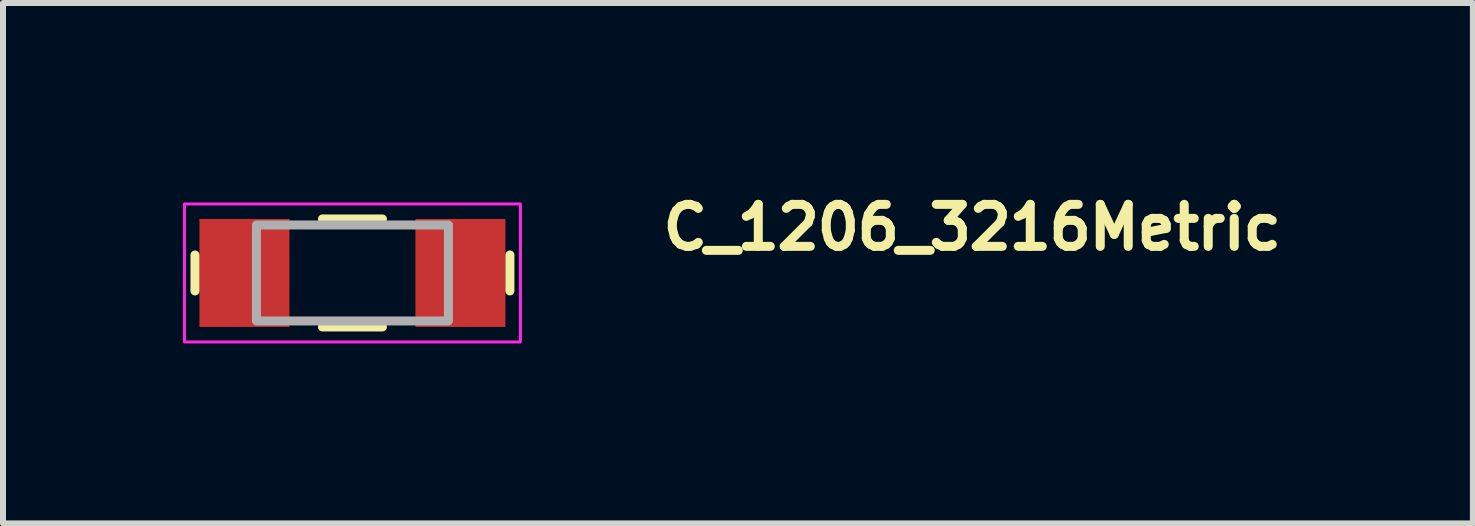
<source format=kicad_pcb>
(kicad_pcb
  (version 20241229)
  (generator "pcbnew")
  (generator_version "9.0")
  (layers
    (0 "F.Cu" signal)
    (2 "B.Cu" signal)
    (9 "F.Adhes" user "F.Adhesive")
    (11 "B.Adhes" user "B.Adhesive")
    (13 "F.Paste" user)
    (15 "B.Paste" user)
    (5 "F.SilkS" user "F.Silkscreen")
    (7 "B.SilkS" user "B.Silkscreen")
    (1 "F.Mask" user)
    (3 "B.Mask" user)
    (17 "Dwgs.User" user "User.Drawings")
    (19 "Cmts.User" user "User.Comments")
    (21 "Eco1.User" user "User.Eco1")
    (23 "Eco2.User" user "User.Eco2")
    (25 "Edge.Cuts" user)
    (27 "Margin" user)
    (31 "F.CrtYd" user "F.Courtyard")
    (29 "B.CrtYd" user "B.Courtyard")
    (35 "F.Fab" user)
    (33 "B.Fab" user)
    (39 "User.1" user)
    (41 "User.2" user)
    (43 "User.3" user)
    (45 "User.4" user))
  (footprint "C_1206_3216Metric"
    (layer "F.Cu")
    (at 2.825 1.5)
    (property "Reference" "C_1206_3216Metric" (at 5.1 -0.35 180) (layer "F.SilkS") (effects (font (size 0.7 0.7) (thickness 0.15)) (justify left bottom)))
    (attr smd)
    (fp_line (start -2.625 0.3) (end -2.625 -0.3) (stroke (width 0.15) (type solid)) (layer "F.SilkS"))
    (fp_line (start -0.5 -0.9) (end 0.5 -0.9) (stroke (width 0.15) (type solid)) (layer "F.SilkS"))
    (fp_line (start -0.5 0.9) (end 0.5 0.9) (stroke (width 0.15) (type solid)) (layer "F.SilkS"))
    (fp_line (start 2.625 0.3) (end 2.625 -0.3) (stroke (width 0.15) (type solid)) (layer "F.SilkS"))
    (fp_rect (start 2.8 1.15) (end -2.8 -1.15) (stroke (width 0.05) (type solid)) (fill no) (layer "F.CrtYd"))
    (fp_rect (start 1.6 0.8) (end -1.6 -0.8) (stroke (width 0.15) (type solid)) (fill no) (layer "F.Fab"))
    (fp_rect (start 1.6 0.8) (end -1.6 -0.8) (stroke (width 0.1) (type solid)) (fill no) (layer "User.5"))
    (fp_line (start -1.601 -0.779) (end -1.601 -0.777) (stroke (width 0.02) (type solid)) (layer "User.9"))
    (fp_line (start -1.601 -0.779) (end -1.599 -0.78) (stroke (width 0.02) (type solid)) (layer "User.9"))
    (fp_line (start -1.601 -0.777) (end -1.601 -0.779) (stroke (width 0.02) (type solid)) (layer "User.9"))
    (fp_line (start -1.601 -0.777) (end -1.601 -0.776) (stroke (width 0.02) (type solid)) (layer "User.9"))
    (fp_line (start -1.601 -0.776) (end -1.601 -0.777) (stroke (width 0.02) (type solid)) (layer "User.9"))
    (fp_line (start -1.601 -0.776) (end -1.601 -0.774) (stroke (width 0.02) (type solid)) (layer "User.9"))
    (fp_line (start -1.601 -0.774) (end -1.601 -0.776) (stroke (width 0.02) (type solid)) (layer "User.9"))
    (fp_line (start -1.601 -0.774) (end -1.601 -0.773) (stroke (width 0.02) (type solid)) (layer "User.9"))
    (fp_line (start -1.601 -0.773) (end -1.601 -0.774) (stroke (width 0.02) (type solid)) (layer "User.9"))
    (fp_line (start -1.601 -0.773) (end -1.601 -0.772) (stroke (width 0.02) (type solid)) (layer "User.9"))
    (fp_line (start -1.601 -0.772) (end -1.601 -0.773) (stroke (width 0.02) (type solid)) (layer "User.9"))
    (fp_line (start -1.601 -0.772) (end -1.601 0.77) (stroke (width 0.02) (type solid)) (layer "User.9"))
    (fp_line (start -1.601 0.77) (end -1.601 0.771) (stroke (width 0.02) (type solid)) (layer "User.9"))
    (fp_line (start -1.601 0.771) (end -1.601 0.77) (stroke (width 0.02) (type solid)) (layer "User.9"))
    (fp_line (start -1.601 0.771) (end -1.601 0.772) (stroke (width 0.02) (type solid)) (layer "User.9"))
    (fp_line (start -1.601 0.772) (end -1.601 0.771) (stroke (width 0.02) (type solid)) (layer "User.9"))
    (fp_line (start -1.601 0.772) (end -1.601 0.774) (stroke (width 0.02) (type solid)) (layer "User.9"))
    (fp_line (start -1.601 0.774) (end -1.601 0.772) (stroke (width 0.02) (type solid)) (layer "User.9"))
    (fp_line (start -1.601 0.774) (end -1.601 0.775) (stroke (width 0.02) (type solid)) (layer "User.9"))
    (fp_line (start -1.601 0.775) (end -1.601 0.774) (stroke (width 0.02) (type solid)) (layer "User.9"))
    (fp_line (start -1.601 0.775) (end -1.601 0.777) (stroke (width 0.02) (type solid)) (layer "User.9"))
    (fp_line (start -1.601 0.777) (end -1.601 0.775) (stroke (width 0.02) (type solid)) (layer "User.9"))
    (fp_line (start -1.601 0.777) (end -1.599 0.778) (stroke (width 0.02) (type solid)) (layer "User.9"))
    (fp_line (start -1.599 -0.784) (end -1.599 -0.783) (stroke (width 0.02) (type solid)) (layer "User.9"))
    (fp_line (start -1.599 -0.784) (end -1.597 -0.786) (stroke (width 0.02) (type solid)) (layer "User.9"))
    (fp_line (start -1.599 -0.783) (end -1.599 -0.784) (stroke (width 0.02) (type solid)) (layer "User.9"))
    (fp_line (start -1.599 -0.783) (end -1.599 -0.782) (stroke (width 0.02) (type solid)) (layer "User.9"))
    (fp_line (start -1.599 -0.782) (end -1.599 -0.783) (stroke (width 0.02) (type solid)) (layer "User.9"))
    (fp_line (start -1.599 -0.782) (end -1.599 -0.78) (stroke (width 0.02) (type solid)) (layer "User.9"))
    (fp_line (start -1.599 -0.78) (end -1.601 -0.779) (stroke (width 0.02) (type solid)) (layer "User.9"))
    (fp_line (start -1.599 -0.78) (end -1.599 -0.782) (stroke (width 0.02) (type solid)) (layer "User.9"))
    (fp_line (start -1.599 0.778) (end -1.601 0.777) (stroke (width 0.02) (type solid)) (layer "User.9"))
    (fp_line (start -1.599 0.778) (end -1.599 0.78) (stroke (width 0.02) (type solid)) (layer "User.9"))
    (fp_line (start -1.599 0.78) (end -1.599 0.778) (stroke (width 0.02) (type solid)) (layer "User.9"))
    (fp_line (start -1.599 0.78) (end -1.599 0.781) (stroke (width 0.02) (type solid)) (layer "User.9"))
    (fp_line (start -1.599 0.781) (end -1.599 0.78) (stroke (width 0.02) (type solid)) (layer "User.9"))
    (fp_line (start -1.599 0.781) (end -1.599 0.782) (stroke (width 0.02) (type solid)) (layer "User.9"))
    (fp_line (start -1.599 0.782) (end -1.599 0.781) (stroke (width 0.02) (type solid)) (layer "User.9"))
    (fp_line (start -1.599 0.782) (end -1.597 0.784) (stroke (width 0.02) (type solid)) (layer "User.9"))
    (fp_line (start -1.597 -0.787) (end -1.597 -0.786) (stroke (width 0.02) (type solid)) (layer "User.9"))
    (fp_line (start -1.597 -0.787) (end -1.595 -0.788) (stroke (width 0.02) (type solid)) (layer "User.9"))
    (fp_line (start -1.597 -0.786) (end -1.599 -0.784) (stroke (width 0.02) (type solid)) (layer "User.9"))
    (fp_line (start -1.597 -0.786) (end -1.597 -0.787) (stroke (width 0.02) (type solid)) (layer "User.9"))
    (fp_line (start -1.597 0.784) (end -1.599 0.782) (stroke (width 0.02) (type solid)) (layer "User.9"))
    (fp_line (start -1.597 0.784) (end -1.597 0.785) (stroke (width 0.02) (type solid)) (layer "User.9"))
    (fp_line (start -1.597 0.785) (end -1.597 0.784) (stroke (width 0.02) (type solid)) (layer "User.9"))
    (fp_line (start -1.597 0.785) (end -1.595 0.786) (stroke (width 0.02) (type solid)) (layer "User.9"))
    (fp_line (start -1.595 -0.791) (end -1.595 -0.789) (stroke (width 0.02) (type solid)) (layer "User.9"))
    (fp_line (start -1.595 -0.791) (end -1.593 -0.792) (stroke (width 0.02) (type solid)) (layer "User.9"))
    (fp_line (start -1.595 -0.789) (end -1.595 -0.791) (stroke (width 0.02) (type solid)) (layer "User.9"))
    (fp_line (start -1.595 -0.789) (end -1.595 -0.788) (stroke (width 0.02) (type solid)) (layer "User.9"))
    (fp_line (start -1.595 -0.788) (end -1.597 -0.787) (stroke (width 0.02) (type solid)) (layer "User.9"))
    (fp_line (start -1.595 -0.788) (end -1.595 -0.789) (stroke (width 0.02) (type solid)) (layer "User.9"))
    (fp_line (start -1.595 0.786) (end -1.597 0.785) (stroke (width 0.02) (type solid)) (layer "User.9"))
    (fp_line (start -1.595 0.786) (end -1.595 0.787) (stroke (width 0.02) (type solid)) (layer "User.9"))
    (fp_line (start -1.595 0.787) (end -1.595 0.786) (stroke (width 0.02) (type solid)) (layer "User.9"))
    (fp_line (start -1.595 0.787) (end -1.595 0.789) (stroke (width 0.02) (type solid)) (layer "User.9"))
    (fp_line (start -1.595 0.789) (end -1.595 0.787) (stroke (width 0.02) (type solid)) (layer "User.9"))
    (fp_line (start -1.595 0.789) (end -1.593 0.79) (stroke (width 0.02) (type solid)) (layer "User.9"))
    (fp_line (start -1.593 -0.793) (end -1.593 -0.793) (stroke (width 0.02) (type solid)) (layer "User.9"))
    (fp_line (start -1.593 -0.793) (end -1.593 -0.793) (stroke (width 0.02) (type solid)) (layer "User.9"))
    (fp_line (start -1.593 -0.793) (end -1.593 -0.792) (stroke (width 0.02) (type solid)) (layer "User.9"))
    (fp_line (start -1.593 -0.793) (end -1.591 -0.794) (stroke (width 0.02) (type solid)) (layer "User.9"))
    (fp_line (start -1.593 -0.792) (end -1.595 -0.791) (stroke (width 0.02) (type solid)) (layer "User.9"))
    (fp_line (start -1.593 -0.792) (end -1.593 -0.793) (stroke (width 0.02) (type solid)) (layer "User.9"))
    (fp_line (start -1.593 0.79) (end -1.595 0.789) (stroke (width 0.02) (type solid)) (layer "User.9"))
    (fp_line (start -1.593 0.79) (end -1.593 0.791) (stroke (width 0.02) (type solid)) (layer "User.9"))
    (fp_line (start -1.593 0.791) (end -1.593 0.79) (stroke (width 0.02) (type solid)) (layer "User.9"))
    (fp_line (start -1.593 0.791) (end -1.593 0.791) (stroke (width 0.02) (type solid)) (layer "User.9"))
    (fp_line (start -1.593 0.791) (end -1.593 0.791) (stroke (width 0.02) (type solid)) (layer "User.9"))
    (fp_line (start -1.593 0.791) (end -1.591 0.792) (stroke (width 0.02) (type solid)) (layer "User.9"))
    (fp_line (start -1.591 -0.795) (end -1.591 -0.794) (stroke (width 0.02) (type solid)) (layer "User.9"))
    (fp_line (start -1.591 -0.795) (end -1.589 -0.796) (stroke (width 0.02) (type solid)) (layer "User.9"))
    (fp_line (start -1.591 -0.794) (end -1.593 -0.793) (stroke (width 0.02) (type solid)) (layer "User.9"))
    (fp_line (start -1.591 -0.794) (end -1.591 -0.795) (stroke (width 0.02) (type solid)) (layer "User.9"))
    (fp_line (start -1.591 0.792) (end -1.593 0.791) (stroke (width 0.02) (type solid)) (layer "User.9"))
    (fp_line (start -1.591 0.792) (end -1.591 0.793) (stroke (width 0.02) (type solid)) (layer "User.9"))
    (fp_line (start -1.591 0.793) (end -1.591 0.792) (stroke (width 0.02) (type solid)) (layer "User.9"))
    (fp_line (start -1.591 0.793) (end -1.589 0.794) (stroke (width 0.02) (type solid)) (layer "User.9"))
    (fp_line (start -1.589 -0.796) (end -1.591 -0.795) (stroke (width 0.02) (type solid)) (layer "User.9"))
    (fp_line (start -1.589 -0.796) (end -1.587 -0.796) (stroke (width 0.02) (type solid)) (layer "User.9"))
    (fp_line (start -1.589 0.794) (end -1.591 0.793) (stroke (width 0.02) (type solid)) (layer "User.9"))
    (fp_line (start -1.589 0.794) (end -1.587 0.794) (stroke (width 0.02) (type solid)) (layer "User.9"))
    (fp_line (start -1.587 -0.797) (end -1.587 -0.796) (stroke (width 0.02) (type solid)) (layer "User.9"))
    (fp_line (start -1.587 -0.797) (end -1.585 -0.798) (stroke (width 0.02) (type solid)) (layer "User.9"))
    (fp_line (start -1.587 -0.796) (end -1.589 -0.796) (stroke (width 0.02) (type solid)) (layer "User.9"))
    (fp_line (start -1.587 -0.796) (end -1.587 -0.797) (stroke (width 0.02) (type solid)) (layer "User.9"))
    (fp_line (start -1.587 0.794) (end -1.589 0.794) (stroke (width 0.02) (type solid)) (layer "User.9"))
    (fp_line (start -1.587 0.794) (end -1.587 0.795) (stroke (width 0.02) (type solid)) (layer "User.9"))
    (fp_line (start -1.587 0.795) (end -1.587 0.794) (stroke (width 0.02) (type solid)) (layer "User.9"))
    (fp_line (start -1.587 0.795) (end -1.585 0.796) (stroke (width 0.02) (type solid)) (layer "User.9"))
    (fp_line (start -1.585 -0.798) (end -1.587 -0.797) (stroke (width 0.02) (type solid)) (layer "User.9"))
    (fp_line (start -1.585 -0.798) (end -1.583 -0.799) (stroke (width 0.02) (type solid)) (layer "User.9"))
    (fp_line (start -1.585 0.796) (end -1.587 0.795) (stroke (width 0.02) (type solid)) (layer "User.9"))
    (fp_line (start -1.585 0.796) (end -1.583 0.797) (stroke (width 0.02) (type solid)) (layer "User.9"))
    (fp_line (start -1.583 -0.799) (end -1.585 -0.798) (stroke (width 0.02) (type solid)) (layer "User.9"))
    (fp_line (start -1.583 -0.799) (end -1.583 -0.799) (stroke (width 0.02) (type solid)) (layer "User.9"))
    (fp_line (start -1.583 -0.799) (end -1.583 -0.799) (stroke (width 0.02) (type solid)) (layer "User.9"))
    (fp_line (start -1.583 -0.799) (end -1.581 -0.8) (stroke (width 0.02) (type solid)) (layer "User.9"))
    (fp_line (start -1.583 0.797) (end -1.585 0.796) (stroke (width 0.02) (type solid)) (layer "User.9"))
    (fp_line (start -1.583 0.797) (end -1.583 0.797) (stroke (width 0.02) (type solid)) (layer "User.9"))
    (fp_line (start -1.583 0.797) (end -1.583 0.797) (stroke (width 0.02) (type solid)) (layer "User.9"))
    (fp_line (start -1.583 0.797) (end -1.581 0.798) (stroke (width 0.02) (type solid)) (layer "User.9"))
    (fp_line (start -1.581 -0.8) (end -1.583 -0.799) (stroke (width 0.02) (type solid)) (layer "User.9"))
    (fp_line (start -1.581 -0.8) (end -1.579 -0.8) (stroke (width 0.02) (type solid)) (layer "User.9"))
    (fp_line (start -1.581 0.798) (end -1.583 0.797) (stroke (width 0.02) (type solid)) (layer "User.9"))
    (fp_line (start -1.581 0.798) (end -1.579 0.798) (stroke (width 0.02) (type solid)) (layer "User.9"))
    (fp_line (start -1.579 -0.801) (end -1.579 -0.8) (stroke (width 0.02) (type solid)) (layer "User.9"))
    (fp_line (start -1.579 -0.801) (end -1.577 -0.801) (stroke (width 0.02) (type solid)) (layer "User.9"))
    (fp_line (start -1.579 -0.8) (end -1.581 -0.8) (stroke (width 0.02) (type solid)) (layer "User.9"))
    (fp_line (start -1.579 -0.8) (end -1.579 -0.801) (stroke (width 0.02) (type solid)) (layer "User.9"))
    (fp_line (start -1.579 0.798) (end -1.581 0.798) (stroke (width 0.02) (type solid)) (layer "User.9"))
    (fp_line (start -1.579 0.798) (end -1.579 0.799) (stroke (width 0.02) (type solid)) (layer "User.9"))
    (fp_line (start -1.579 0.799) (end -1.579 0.798) (stroke (width 0.02) (type solid)) (layer "User.9"))
    (fp_line (start -1.579 0.799) (end -1.577 0.799) (stroke (width 0.02) (type solid)) (layer "User.9"))
    (fp_line (start -1.577 -0.801) (end -1.579 -0.801) (stroke (width 0.02) (type solid)) (layer "User.9"))
    (fp_line (start -1.577 -0.801) (end -1.575 -0.801) (stroke (width 0.02) (type solid)) (layer "User.9"))
    (fp_line (start -1.577 0.799) (end -1.579 0.799) (stroke (width 0.02) (type solid)) (layer "User.9"))
    (fp_line (start -1.577 0.799) (end -1.575 0.799) (stroke (width 0.02) (type solid)) (layer "User.9"))
    (fp_line (start -1.575 -0.801) (end -1.577 -0.801) (stroke (width 0.02) (type solid)) (layer "User.9"))
    (fp_line (start -1.575 -0.801) (end -1.573 -0.801) (stroke (width 0.02) (type solid)) (layer "User.9"))
    (fp_line (start -1.575 0.799) (end -1.577 0.799) (stroke (width 0.02) (type solid)) (layer "User.9"))
    (fp_line (start -1.575 0.799) (end -1.573 0.799) (stroke (width 0.02) (type solid)) (layer "User.9"))
    (fp_line (start -1.573 -0.801) (end -1.575 -0.801) (stroke (width 0.02) (type solid)) (layer "User.9"))
    (fp_line (start -1.573 -0.801) (end -1.573 -0.801) (stroke (width 0.02) (type solid)) (layer "User.9"))
    (fp_line (start -1.573 -0.801) (end -1.573 -0.801) (stroke (width 0.02) (type solid)) (layer "User.9"))
    (fp_line (start -1.573 -0.801) (end -1.571 -0.802) (stroke (width 0.02) (type solid)) (layer "User.9"))
    (fp_line (start -1.573 0.799) (end -1.575 0.799) (stroke (width 0.02) (type solid)) (layer "User.9"))
    (fp_line (start -1.573 0.799) (end -1.573 0.799) (stroke (width 0.02) (type solid)) (layer "User.9"))
    (fp_line (start -1.573 0.799) (end -1.573 0.799) (stroke (width 0.02) (type solid)) (layer "User.9"))
    (fp_line (start -1.573 0.799) (end -1.571 0.8) (stroke (width 0.02) (type solid)) (layer "User.9"))
    (fp_line (start -1.571 -0.802) (end -1.573 -0.801) (stroke (width 0.02) (type solid)) (layer "User.9"))
    (fp_line (start -1.571 0.8) (end -1.573 0.799) (stroke (width 0.02) (type solid)) (layer "User.9"))
    (fp_line (start -1.571 0.8) (end -1.101 0.8) (stroke (width 0.02) (type solid)) (layer "User.9"))
    (fp_line (start -1.101 -0.802) (end -1.571 -0.802) (stroke (width 0.02) (type solid)) (layer "User.9"))
    (fp_line (start -1.101 -0.772) (end -1.101 -0.802) (stroke (width 0.02) (type solid)) (layer "User.9"))
    (fp_line (start -1.101 -0.772) (end -1.101 0.77) (stroke (width 0.02) (type solid)) (layer "User.9"))
    (fp_line (start -1.101 0.77) (end 1.1 0.77) (stroke (width 0.02) (type solid)) (layer "User.9"))
    (fp_line (start -1.101 0.8) (end -1.101 0.77) (stroke (width 0.02) (type solid)) (layer "User.9"))
    (fp_line (start 1.1 -0.802) (end 1.1 -0.772) (stroke (width 0.02) (type solid)) (layer "User.9"))
    (fp_line (start 1.1 -0.772) (end -1.101 -0.772) (stroke (width 0.02) (type solid)) (layer "User.9"))
    (fp_line (start 1.1 0.77) (end 1.1 -0.772) (stroke (width 0.02) (type solid)) (layer "User.9"))
    (fp_line (start 1.1 0.77) (end 1.1 0.8) (stroke (width 0.02) (type solid)) (layer "User.9"))
    (fp_line (start 1.1 0.8) (end 1.57 0.8) (stroke (width 0.02) (type solid)) (layer "User.9"))
    (fp_line (start 1.57 -0.802) (end 1.1 -0.802) (stroke (width 0.02) (type solid)) (layer "User.9"))
    (fp_line (start 1.57 -0.802) (end 1.57 -0.801) (stroke (width 0.02) (type solid)) (layer "User.9"))
    (fp_line (start 1.57 -0.801) (end 1.572 -0.801) (stroke (width 0.02) (type solid)) (layer "User.9"))
    (fp_line (start 1.57 0.799) (end 1.572 0.799) (stroke (width 0.02) (type solid)) (layer "User.9"))
    (fp_line (start 1.57 0.8) (end 1.57 0.799) (stroke (width 0.02) (type solid)) (layer "User.9"))
    (fp_line (start 1.572 -0.801) (end 1.574 -0.801) (stroke (width 0.02) (type solid)) (layer "User.9"))
    (fp_line (start 1.572 0.799) (end 1.574 0.799) (stroke (width 0.02) (type solid)) (layer "User.9"))
    (fp_line (start 1.574 -0.801) (end 1.574 -0.801) (stroke (width 0.02) (type solid)) (layer "User.9"))
    (fp_line (start 1.574 -0.801) (end 1.576 -0.801) (stroke (width 0.02) (type solid)) (layer "User.9"))
    (fp_line (start 1.574 0.799) (end 1.574 0.799) (stroke (width 0.02) (type solid)) (layer "User.9"))
    (fp_line (start 1.574 0.799) (end 1.576 0.799) (stroke (width 0.02) (type solid)) (layer "User.9"))
    (fp_line (start 1.576 -0.801) (end 1.578 -0.8) (stroke (width 0.02) (type solid)) (layer "User.9"))
    (fp_line (start 1.576 0.799) (end 1.578 0.798) (stroke (width 0.02) (type solid)) (layer "User.9"))
    (fp_line (start 1.578 -0.8) (end 1.58 -0.8) (stroke (width 0.02) (type solid)) (layer "User.9"))
    (fp_line (start 1.578 0.798) (end 1.58 0.798) (stroke (width 0.02) (type solid)) (layer "User.9"))
    (fp_line (start 1.58 -0.8) (end 1.58 -0.799) (stroke (width 0.02) (type solid)) (layer "User.9"))
    (fp_line (start 1.58 -0.799) (end 1.582 -0.799) (stroke (width 0.02) (type solid)) (layer "User.9"))
    (fp_line (start 1.58 0.797) (end 1.582 0.797) (stroke (width 0.02) (type solid)) (layer "User.9"))
    (fp_line (start 1.58 0.798) (end 1.58 0.797) (stroke (width 0.02) (type solid)) (layer "User.9"))
    (fp_line (start 1.582 -0.799) (end 1.584 -0.798) (stroke (width 0.02) (type solid)) (layer "User.9"))
    (fp_line (start 1.582 0.797) (end 1.584 0.796) (stroke (width 0.02) (type solid)) (layer "User.9"))
    (fp_line (start 1.584 -0.798) (end 1.584 -0.797) (stroke (width 0.02) (type solid)) (layer "User.9"))
    (fp_line (start 1.584 -0.797) (end 1.586 -0.796) (stroke (width 0.02) (type solid)) (layer "User.9"))
    (fp_line (start 1.584 0.795) (end 1.586 0.794) (stroke (width 0.02) (type solid)) (layer "User.9"))
    (fp_line (start 1.584 0.796) (end 1.584 0.795) (stroke (width 0.02) (type solid)) (layer "User.9"))
    (fp_line (start 1.586 -0.796) (end 1.586 -0.796) (stroke (width 0.02) (type solid)) (layer "User.9"))
    (fp_line (start 1.586 -0.796) (end 1.588 -0.795) (stroke (width 0.02) (type solid)) (layer "User.9"))
    (fp_line (start 1.586 0.794) (end 1.586 0.794) (stroke (width 0.02) (type solid)) (layer "User.9"))
    (fp_line (start 1.586 0.794) (end 1.588 0.793) (stroke (width 0.02) (type solid)) (layer "User.9"))
    (fp_line (start 1.588 -0.795) (end 1.59 -0.794) (stroke (width 0.02) (type solid)) (layer "User.9"))
    (fp_line (start 1.588 0.793) (end 1.59 0.792) (stroke (width 0.02) (type solid)) (layer "User.9"))
    (fp_line (start 1.59 -0.794) (end 1.59 -0.793) (stroke (width 0.02) (type solid)) (layer "User.9"))
    (fp_line (start 1.59 -0.793) (end 1.59 -0.793) (stroke (width 0.02) (type solid)) (layer "User.9"))
    (fp_line (start 1.59 -0.793) (end 1.592 -0.792) (stroke (width 0.02) (type solid)) (layer "User.9"))
    (fp_line (start 1.59 0.791) (end 1.59 0.791) (stroke (width 0.02) (type solid)) (layer "User.9"))
    (fp_line (start 1.59 0.791) (end 1.592 0.79) (stroke (width 0.02) (type solid)) (layer "User.9"))
    (fp_line (start 1.59 0.792) (end 1.59 0.791) (stroke (width 0.02) (type solid)) (layer "User.9"))
    (fp_line (start 1.592 -0.792) (end 1.592 -0.791) (stroke (width 0.02) (type solid)) (layer "User.9"))
    (fp_line (start 1.592 -0.791) (end 1.594 -0.789) (stroke (width 0.02) (type solid)) (layer "User.9"))
    (fp_line (start 1.592 0.789) (end 1.594 0.787) (stroke (width 0.02) (type solid)) (layer "User.9"))
    (fp_line (start 1.592 0.79) (end 1.592 0.789) (stroke (width 0.02) (type solid)) (layer "User.9"))
    (fp_line (start 1.594 -0.789) (end 1.594 -0.788) (stroke (width 0.02) (type solid)) (layer "User.9"))
    (fp_line (start 1.594 -0.788) (end 1.594 -0.787) (stroke (width 0.02) (type solid)) (layer "User.9"))
    (fp_line (start 1.594 -0.787) (end 1.596 -0.786) (stroke (width 0.02) (type solid)) (layer "User.9"))
    (fp_line (start 1.594 0.785) (end 1.596 0.784) (stroke (width 0.02) (type solid)) (layer "User.9"))
    (fp_line (start 1.594 0.786) (end 1.594 0.785) (stroke (width 0.02) (type solid)) (layer "User.9"))
    (fp_line (start 1.594 0.787) (end 1.594 0.786) (stroke (width 0.02) (type solid)) (layer "User.9"))
    (fp_line (start 1.596 -0.786) (end 1.596 -0.784) (stroke (width 0.02) (type solid)) (layer "User.9"))
    (fp_line (start 1.596 -0.784) (end 1.596 -0.783) (stroke (width 0.02) (type solid)) (layer "User.9"))
    (fp_line (start 1.596 -0.783) (end 1.598 -0.782) (stroke (width 0.02) (type solid)) (layer "User.9"))
    (fp_line (start 1.596 0.781) (end 1.598 0.78) (stroke (width 0.02) (type solid)) (layer "User.9"))
    (fp_line (start 1.596 0.782) (end 1.596 0.781) (stroke (width 0.02) (type solid)) (layer "User.9"))
    (fp_line (start 1.596 0.784) (end 1.596 0.782) (stroke (width 0.02) (type solid)) (layer "User.9"))
    (fp_line (start 1.598 -0.782) (end 1.598 -0.78) (stroke (width 0.02) (type solid)) (layer "User.9"))
    (fp_line (start 1.598 -0.78) (end 1.598 -0.779) (stroke (width 0.02) (type solid)) (layer "User.9"))
    (fp_line (start 1.598 -0.779) (end 1.598 -0.777) (stroke (width 0.02) (type solid)) (layer "User.9"))
    (fp_line (start 1.598 -0.777) (end 1.598 -0.776) (stroke (width 0.02) (type solid)) (layer "User.9"))
    (fp_line (start 1.598 -0.776) (end 1.598 -0.774) (stroke (width 0.02) (type solid)) (layer "User.9"))
    (fp_line (start 1.598 -0.774) (end 1.598 -0.773) (stroke (width 0.02) (type solid)) (layer "User.9"))
    (fp_line (start 1.598 -0.773) (end 1.6 -0.772) (stroke (width 0.02) (type solid)) (layer "User.9"))
    (fp_line (start 1.598 0.771) (end 1.6 0.77) (stroke (width 0.02) (type solid)) (layer "User.9"))
    (fp_line (start 1.598 0.772) (end 1.598 0.771) (stroke (width 0.02) (type solid)) (layer "User.9"))
    (fp_line (start 1.598 0.774) (end 1.598 0.772) (stroke (width 0.02) (type solid)) (layer "User.9"))
    (fp_line (start 1.598 0.775) (end 1.598 0.774) (stroke (width 0.02) (type solid)) (layer "User.9"))
    (fp_line (start 1.598 0.777) (end 1.598 0.775) (stroke (width 0.02) (type solid)) (layer "User.9"))
    (fp_line (start 1.598 0.778) (end 1.598 0.777) (stroke (width 0.02) (type solid)) (layer "User.9"))
    (fp_line (start 1.598 0.78) (end 1.598 0.778) (stroke (width 0.02) (type solid)) (layer "User.9"))
    (fp_line (start 1.6 0.77) (end 1.6 -0.772) (stroke (width 0.02) (type solid)) (layer "User.9"))
    (pad "1" smd rect (at -1.8 0 180) (size 1.5 1.8) (layers "F.Cu" "F.Mask" "F.Paste"))
    (pad "2" smd rect (at 1.8 0 180) (size 1.5 1.8) (layers "F.Cu" "F.Mask" "F.Paste")))
  (gr_rect
    (start -3 -3)
    (end 21.502 5.675)
    (stroke (width 0.1) (type default))
    (fill no)
    (layer "Edge.Cuts")))
</source>
